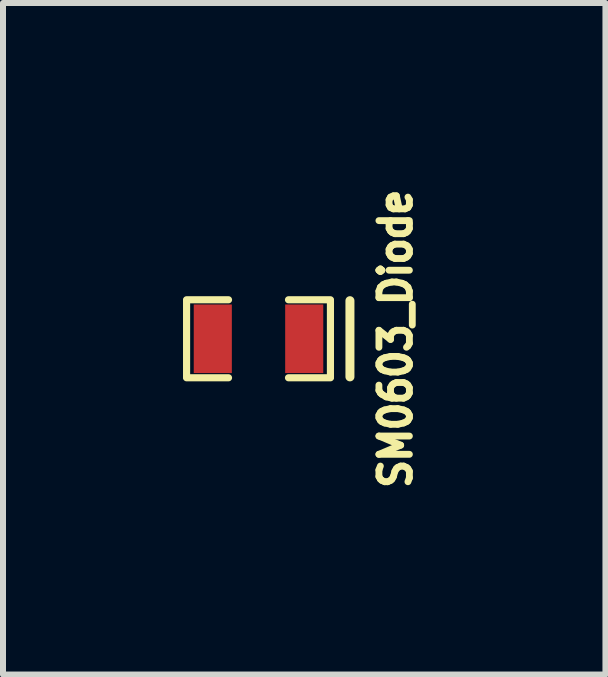
<source format=kicad_pcb>
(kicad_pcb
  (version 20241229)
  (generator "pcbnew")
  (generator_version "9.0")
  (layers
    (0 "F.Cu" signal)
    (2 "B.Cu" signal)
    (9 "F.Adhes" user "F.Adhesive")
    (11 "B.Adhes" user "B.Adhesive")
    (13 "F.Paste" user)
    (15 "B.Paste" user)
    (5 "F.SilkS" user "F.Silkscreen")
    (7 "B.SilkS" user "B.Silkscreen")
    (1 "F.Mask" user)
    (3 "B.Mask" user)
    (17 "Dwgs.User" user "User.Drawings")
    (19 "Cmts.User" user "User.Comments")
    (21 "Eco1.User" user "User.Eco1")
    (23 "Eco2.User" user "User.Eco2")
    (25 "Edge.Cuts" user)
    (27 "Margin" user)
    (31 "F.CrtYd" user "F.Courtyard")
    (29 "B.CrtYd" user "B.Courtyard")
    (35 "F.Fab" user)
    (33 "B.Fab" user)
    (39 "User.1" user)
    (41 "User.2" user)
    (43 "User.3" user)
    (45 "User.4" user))
  (footprint "SM0603_Diode"
    (layer "F.Cu")
    (at 1.259 2.597)
    (property "Reference" "SM0603_Diode" (at 2.286 0 90) (layer "F.SilkS") (effects (font (size 0.508 0.457) (thickness 0.114))))
    (attr smd)
    (fp_line (start -1.199 -0.65) (end -0.5 -0.65) (stroke (width 0.119) (type solid)) (layer "F.SilkS"))
    (fp_line (start -1.199 0.635) (end -1.199 -0.635) (stroke (width 0.119) (type solid)) (layer "F.SilkS"))
    (fp_line (start -0.5 0.65) (end -1.199 0.65) (stroke (width 0.119) (type solid)) (layer "F.SilkS"))
    (fp_line (start 0.5 -0.65) (end 1.199 -0.65) (stroke (width 0.119) (type solid)) (layer "F.SilkS"))
    (fp_line (start 0.5 0.65) (end 1.199 0.65) (stroke (width 0.119) (type solid)) (layer "F.SilkS"))
    (fp_line (start 1.199 -0.635) (end 1.199 0.635) (stroke (width 0.119) (type solid)) (layer "F.SilkS"))
    (fp_line (start 1.524 -0.635) (end 1.524 0.635) (stroke (width 0.15) (type solid)) (layer "F.SilkS"))
    (pad "1" smd rect (at -0.762 0) (size 0.635 1.143) (layers "F.Cu" "F.Mask" "F.Paste"))
    (pad "2" smd rect (at 0.762 0) (size 0.635 1.143) (layers "F.Cu" "F.Mask" "F.Paste")))
  (gr_rect
    (start -3 -3)
    (end 7.042 8.194)
    (stroke (width 0.1) (type default))
    (fill no)
    (layer "Edge.Cuts")))
</source>
